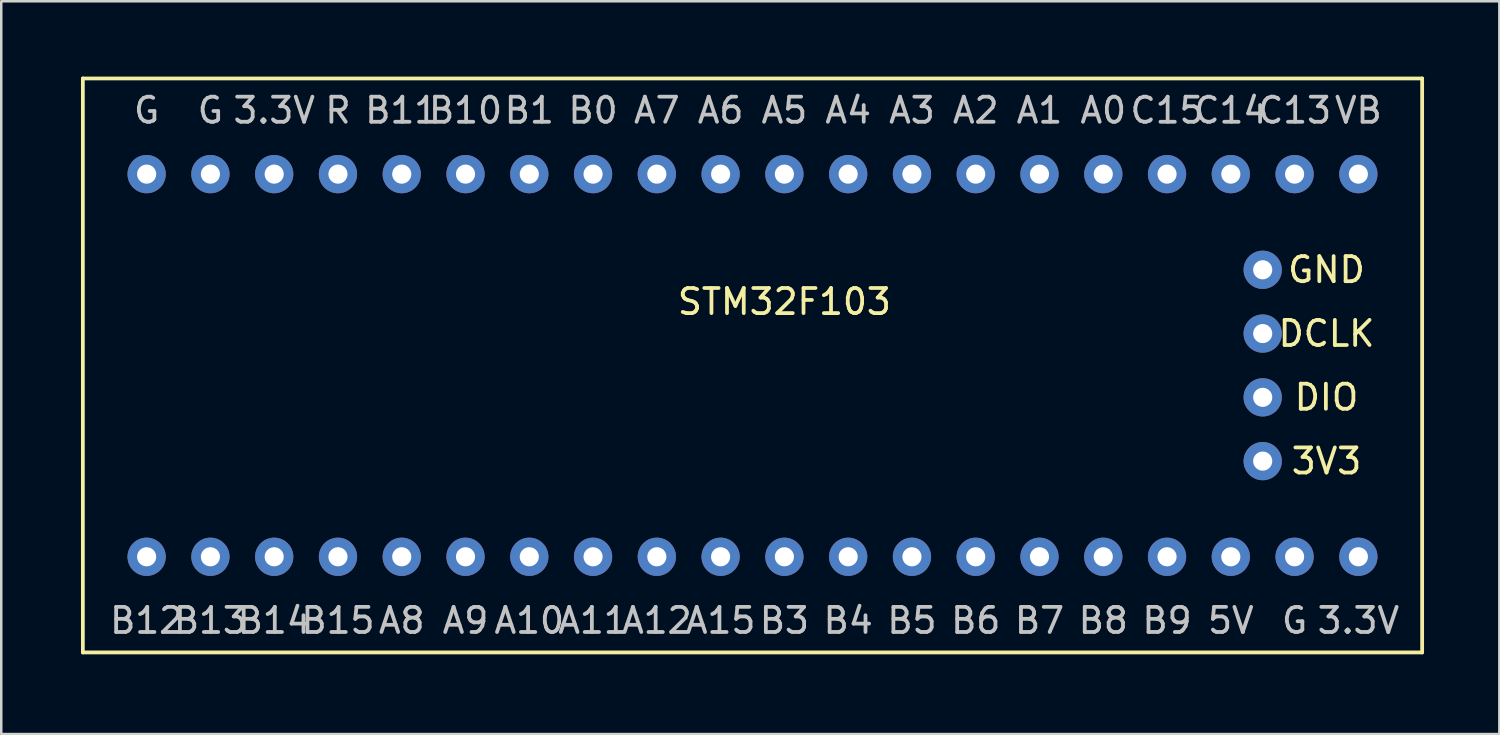
<source format=kicad_pcb>
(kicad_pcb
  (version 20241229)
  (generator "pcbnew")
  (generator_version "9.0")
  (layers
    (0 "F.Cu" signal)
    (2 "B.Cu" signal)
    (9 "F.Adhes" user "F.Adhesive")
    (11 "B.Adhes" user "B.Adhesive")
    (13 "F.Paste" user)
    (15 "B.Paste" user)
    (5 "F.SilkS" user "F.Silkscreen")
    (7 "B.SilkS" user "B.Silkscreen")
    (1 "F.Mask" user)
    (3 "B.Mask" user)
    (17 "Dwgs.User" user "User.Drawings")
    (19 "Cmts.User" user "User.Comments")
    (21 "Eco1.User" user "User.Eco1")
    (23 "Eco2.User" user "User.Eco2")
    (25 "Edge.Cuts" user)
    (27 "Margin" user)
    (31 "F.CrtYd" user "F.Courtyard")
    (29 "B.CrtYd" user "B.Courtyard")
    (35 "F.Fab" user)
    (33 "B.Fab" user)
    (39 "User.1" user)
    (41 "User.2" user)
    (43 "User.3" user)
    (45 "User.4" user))
  (footprint "STM32F103"
    (layer "F.Cu")
    (at 0.25 22.935)
    (property "Reference" "STM32F103" (at 27.94 -13.97 0) (layer "F.SilkS") (effects (font (size 1 1) (thickness 0.15))))
    (attr through_hole)
    (fp_line (start 0 -22.86) (end 0 0) (stroke (width 0.15) (type solid)) (layer "F.SilkS"))
    (fp_line (start 0 -22.86) (end 53.34 -22.86) (stroke (width 0.15) (type solid)) (layer "F.SilkS"))
    (fp_line (start 0 0) (end 53.34 0) (stroke (width 0.15) (type solid)) (layer "F.SilkS"))
    (fp_line (start 53.34 0) (end 53.34 -22.86) (stroke (width 0.15) (type solid)) (layer "F.SilkS"))
    (fp_text user "DCLK" (at 49.53 -12.7 0) (layer "F.SilkS") (effects (font (size 1 1) (thickness 0.15))))
    (fp_text user "DIO" (at 49.53 -10.16 0) (layer "F.SilkS") (effects (font (size 1 1) (thickness 0.15))))
    (fp_text user "GND" (at 49.53 -15.24 0) (layer "F.SilkS") (effects (font (size 1 1) (thickness 0.15))))
    (fp_text user "3V3" (at 49.53 -7.62 0) (layer "F.SilkS") (effects (font (size 1 1) (thickness 0.15))))
    (fp_text user "A3" (at 33.02 -21.59 0) (layer "Dwgs.User") (effects (font (size 1 1) (thickness 0.15))))
    (fp_text user "C14" (at 45.72 -21.59 0) (layer "Dwgs.User") (effects (font (size 1 1) (thickness 0.15))))
    (fp_text user "3.3V" (at 50.8 -1.27 0) (layer "Dwgs.User") (effects (font (size 1 1) (thickness 0.15))))
    (fp_text user "B3" (at 27.94 -1.27 0) (layer "Dwgs.User") (effects (font (size 1 1) (thickness 0.15))))
    (fp_text user "B10" (at 15.24 -21.59 0) (layer "Dwgs.User") (effects (font (size 1 1) (thickness 0.15))))
    (fp_text user "B12" (at 2.54 -1.27 0) (layer "Dwgs.User") (effects (font (size 1 1) (thickness 0.15))))
    (fp_text user "B0" (at 20.32 -21.59 0) (layer "Dwgs.User") (effects (font (size 1 1) (thickness 0.15))))
    (fp_text user "A6" (at 25.4 -21.59 0) (layer "Dwgs.User") (effects (font (size 1 1) (thickness 0.15))))
    (fp_text user "R" (at 10.16 -21.59 0) (layer "Dwgs.User") (effects (font (size 1 1) (thickness 0.15))))
    (fp_text user "B1" (at 17.78 -21.59 0) (layer "Dwgs.User") (effects (font (size 1 1) (thickness 0.15))))
    (fp_text user "G" (at 5.08 -21.59 0) (layer "Dwgs.User") (effects (font (size 1 1) (thickness 0.15))))
    (fp_text user "A5" (at 27.94 -21.59 0) (layer "Dwgs.User") (effects (font (size 1 1) (thickness 0.15))))
    (fp_text user "B13" (at 5.08 -1.27 0) (layer "Dwgs.User") (effects (font (size 1 1) (thickness 0.15))))
    (fp_text user "B8" (at 40.64 -1.27 0) (layer "Dwgs.User") (effects (font (size 1 1) (thickness 0.15))))
    (fp_text user "B14" (at 7.62 -1.27 0) (layer "Dwgs.User") (effects (font (size 1 1) (thickness 0.15))))
    (fp_text user "A9" (at 15.24 -1.27 0) (layer "Dwgs.User") (effects (font (size 1 1) (thickness 0.15))))
    (fp_text user "A10" (at 17.78 -1.27 0) (layer "Dwgs.User") (effects (font (size 1 1) (thickness 0.15))))
    (fp_text user "B9" (at 43.18 -1.27 0) (layer "Dwgs.User") (effects (font (size 1 1) (thickness 0.15))))
    (fp_text user "C15" (at 43.18 -21.59 0) (layer "Dwgs.User") (effects (font (size 1 1) (thickness 0.15))))
    (fp_text user "A0" (at 40.64 -21.59 0) (layer "Dwgs.User") (effects (font (size 1 1) (thickness 0.15))))
    (fp_text user "A15" (at 25.4 -1.27 0) (layer "Dwgs.User") (effects (font (size 1 1) (thickness 0.15))))
    (fp_text user "A4" (at 30.48 -21.59 0) (layer "Dwgs.User") (effects (font (size 1 1) (thickness 0.15))))
    (fp_text user "5V" (at 45.72 -1.27 0) (layer "Dwgs.User") (effects (font (size 1 1) (thickness 0.15))))
    (fp_text user "A7" (at 22.86 -21.59 0) (layer "Dwgs.User") (effects (font (size 1 1) (thickness 0.15))))
    (fp_text user "A1" (at 38.1 -21.59 0) (layer "Dwgs.User") (effects (font (size 1 1) (thickness 0.15))))
    (fp_text user "A12" (at 22.86 -1.27 0) (layer "Dwgs.User") (effects (font (size 1 1) (thickness 0.15))))
    (fp_text user "G" (at 2.54 -21.59 0) (layer "Dwgs.User") (effects (font (size 1 1) (thickness 0.15))))
    (fp_text user "A11" (at 20.32 -1.27 0) (layer "Dwgs.User") (effects (font (size 1 1) (thickness 0.15))))
    (fp_text user "B4" (at 30.48 -1.27 0) (layer "Dwgs.User") (effects (font (size 1 1) (thickness 0.15))))
    (fp_text user "VB" (at 50.8 -21.59 0) (layer "Dwgs.User") (effects (font (size 1 1) (thickness 0.15))))
    (fp_text user "A2" (at 35.56 -21.59 0) (layer "Dwgs.User") (effects (font (size 1 1) (thickness 0.15))))
    (fp_text user "3.3V" (at 7.62 -21.59 0) (layer "Dwgs.User") (effects (font (size 1 1) (thickness 0.15))))
    (fp_text user "A8" (at 12.7 -1.27 0) (layer "Dwgs.User") (effects (font (size 1 1) (thickness 0.15))))
    (fp_text user "B6" (at 35.56 -1.27 0) (layer "Dwgs.User") (effects (font (size 1 1) (thickness 0.15))))
    (fp_text user "B15" (at 10.16 -1.27 0) (layer "Dwgs.User") (effects (font (size 1 1) (thickness 0.15))))
    (fp_text user "B11" (at 12.7 -21.59 0) (layer "Dwgs.User") (effects (font (size 1 1) (thickness 0.15))))
    (fp_text user "C13" (at 48.26 -21.59 0) (layer "Dwgs.User") (effects (font (size 1 1) (thickness 0.15))))
    (fp_text user "B5" (at 33.02 -1.27 0) (layer "Dwgs.User") (effects (font (size 1 1) (thickness 0.15))))
    (fp_text user "G" (at 48.26 -1.27 0) (layer "Dwgs.User") (effects (font (size 1 1) (thickness 0.15))))
    (fp_text user "B7" (at 38.1 -1.27 0) (layer "Dwgs.User") (effects (font (size 1 1) (thickness 0.15))))
    (pad "1" thru_hole circle (at 2.54 -3.81) (size 1.524 1.524) (drill 0.762) (layers "*.Cu" "*.Mask"))
    (pad "2" thru_hole circle (at 5.08 -3.81) (size 1.524 1.524) (drill 0.762) (layers "*.Cu" "*.Mask"))
    (pad "3" thru_hole circle (at 7.62 -3.81) (size 1.524 1.524) (drill 0.762) (layers "*.Cu" "*.Mask"))
    (pad "4" thru_hole circle (at 10.16 -3.81) (size 1.524 1.524) (drill 0.762) (layers "*.Cu" "*.Mask"))
    (pad "5" thru_hole circle (at 12.7 -3.81) (size 1.524 1.524) (drill 0.762) (layers "*.Cu" "*.Mask"))
    (pad "6" thru_hole circle (at 15.24 -3.81) (size 1.524 1.524) (drill 0.762) (layers "*.Cu" "*.Mask"))
    (pad "7" thru_hole circle (at 17.78 -3.81) (size 1.524 1.524) (drill 0.762) (layers "*.Cu" "*.Mask"))
    (pad "8" thru_hole circle (at 20.32 -3.81) (size 1.524 1.524) (drill 0.762) (layers "*.Cu" "*.Mask"))
    (pad "9" thru_hole circle (at 22.86 -3.81) (size 1.524 1.524) (drill 0.762) (layers "*.Cu" "*.Mask"))
    (pad "10" thru_hole circle (at 25.4 -3.81) (size 1.524 1.524) (drill 0.762) (layers "*.Cu" "*.Mask"))
    (pad "11" thru_hole circle (at 27.94 -3.81) (size 1.524 1.524) (drill 0.762) (layers "*.Cu" "*.Mask"))
    (pad "12" thru_hole circle (at 30.48 -3.81) (size 1.524 1.524) (drill 0.762) (layers "*.Cu" "*.Mask"))
    (pad "13" thru_hole circle (at 33.02 -3.81) (size 1.524 1.524) (drill 0.762) (layers "*.Cu" "*.Mask"))
    (pad "14" thru_hole circle (at 35.56 -3.81) (size 1.524 1.524) (drill 0.762) (layers "*.Cu" "*.Mask"))
    (pad "15" thru_hole circle (at 38.1 -3.81) (size 1.524 1.524) (drill 0.762) (layers "*.Cu" "*.Mask"))
    (pad "16" thru_hole circle (at 40.64 -3.81) (size 1.524 1.524) (drill 0.762) (layers "*.Cu" "*.Mask"))
    (pad "17" thru_hole circle (at 43.18 -3.81) (size 1.524 1.524) (drill 0.762) (layers "*.Cu" "*.Mask"))
    (pad "18" thru_hole circle (at 45.72 -3.81) (size 1.524 1.524) (drill 0.762) (layers "*.Cu" "*.Mask"))
    (pad "19" thru_hole circle (at 48.26 -3.81) (size 1.524 1.524) (drill 0.762) (layers "*.Cu" "*.Mask"))
    (pad "20" thru_hole circle (at 50.8 -3.81) (size 1.524 1.524) (drill 0.762) (layers "*.Cu" "*.Mask"))
    (pad "21" thru_hole circle (at 50.8 -19.05) (size 1.524 1.524) (drill 0.762) (layers "*.Cu" "*.Mask"))
    (pad "22" thru_hole circle (at 48.26 -19.05) (size 1.524 1.524) (drill 0.762) (layers "*.Cu" "*.Mask"))
    (pad "23" thru_hole circle (at 45.72 -19.05) (size 1.524 1.524) (drill 0.762) (layers "*.Cu" "*.Mask"))
    (pad "24" thru_hole circle (at 43.18 -19.05) (size 1.524 1.524) (drill 0.762) (layers "*.Cu" "*.Mask"))
    (pad "25" thru_hole circle (at 40.64 -19.05) (size 1.524 1.524) (drill 0.762) (layers "*.Cu" "*.Mask"))
    (pad "26" thru_hole circle (at 38.1 -19.05) (size 1.524 1.524) (drill 0.762) (layers "*.Cu" "*.Mask"))
    (pad "27" thru_hole circle (at 35.56 -19.05) (size 1.524 1.524) (drill 0.762) (layers "*.Cu" "*.Mask"))
    (pad "28" thru_hole circle (at 33.02 -19.05) (size 1.524 1.524) (drill 0.762) (layers "*.Cu" "*.Mask"))
    (pad "29" thru_hole circle (at 30.48 -19.05) (size 1.524 1.524) (drill 0.762) (layers "*.Cu" "*.Mask"))
    (pad "30" thru_hole circle (at 27.94 -19.05) (size 1.524 1.524) (drill 0.762) (layers "*.Cu" "*.Mask"))
    (pad "31" thru_hole circle (at 25.4 -19.05) (size 1.524 1.524) (drill 0.762) (layers "*.Cu" "*.Mask"))
    (pad "32" thru_hole circle (at 22.86 -19.05) (size 1.524 1.524) (drill 0.762) (layers "*.Cu" "*.Mask"))
    (pad "33" thru_hole circle (at 20.32 -19.05) (size 1.524 1.524) (drill 0.762) (layers "*.Cu" "*.Mask"))
    (pad "34" thru_hole circle (at 17.78 -19.05) (size 1.524 1.524) (drill 0.762) (layers "*.Cu" "*.Mask"))
    (pad "35" thru_hole circle (at 15.24 -19.05) (size 1.524 1.524) (drill 0.762) (layers "*.Cu" "*.Mask"))
    (pad "36" thru_hole circle (at 12.7 -19.05) (size 1.524 1.524) (drill 0.762) (layers "*.Cu" "*.Mask"))
    (pad "37" thru_hole circle (at 10.16 -19.05) (size 1.524 1.524) (drill 0.762) (layers "*.Cu" "*.Mask"))
    (pad "38" thru_hole circle (at 7.62 -19.05) (size 1.524 1.524) (drill 0.762) (layers "*.Cu" "*.Mask"))
    (pad "39" thru_hole circle (at 5.08 -19.05) (size 1.524 1.524) (drill 0.762) (layers "*.Cu" "*.Mask"))
    (pad "40" thru_hole circle (at 2.54 -19.05) (size 1.524 1.524) (drill 0.762) (layers "*.Cu" "*.Mask"))
    (pad "41" thru_hole circle (at 46.99 -15.24) (size 1.524 1.524) (drill 0.762) (layers "*.Cu" "*.Mask"))
    (pad "42" thru_hole circle (at 46.99 -12.7) (size 1.524 1.524) (drill 0.762) (layers "*.Cu" "*.Mask"))
    (pad "43" thru_hole circle (at 46.99 -10.16) (size 1.524 1.524) (drill 0.762) (layers "*.Cu" "*.Mask"))
    (pad "44" thru_hole circle (at 46.99 -7.62) (size 1.524 1.524) (drill 0.762) (layers "*.Cu" "*.Mask")))
  (gr_rect
    (start -3 -3)
    (end 56.665 26.185)
    (stroke (width 0.1) (type default))
    (fill no)
    (layer "Edge.Cuts")))
</source>
